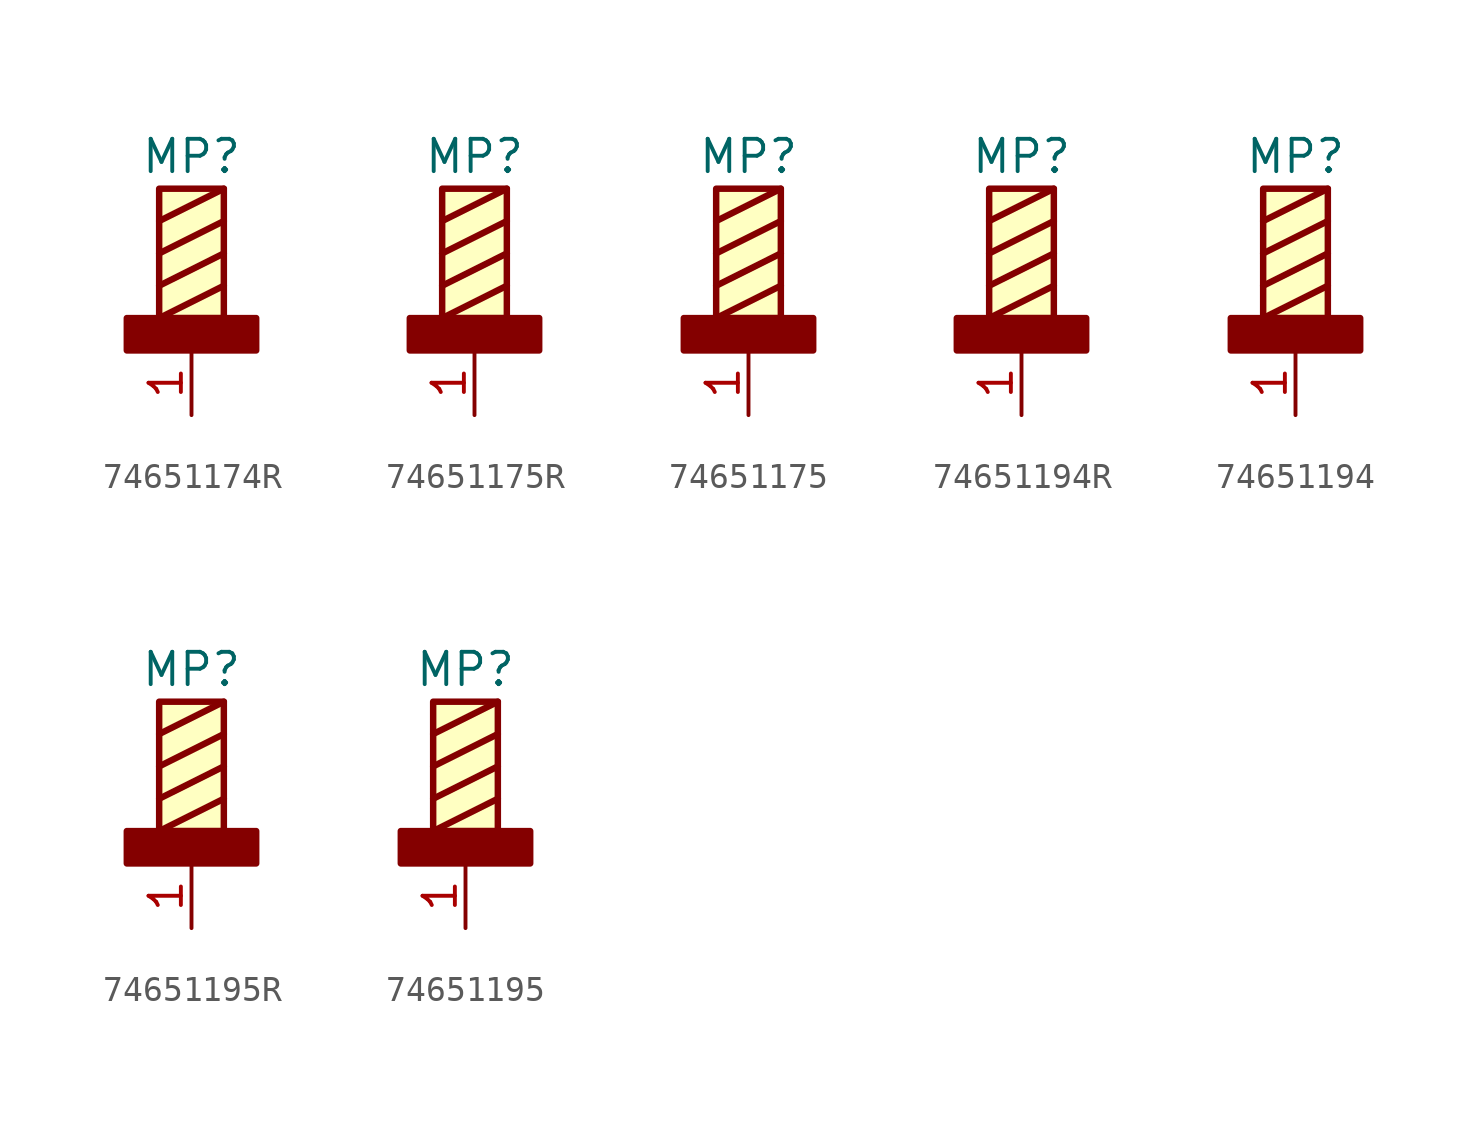
<source format=kicad_sym>
(kicad_symbol_lib
  (version 20220914)
  (generator kicad_symbol_editor)
  (symbol "74651174R"
    (pin_names hide)
    (property "Reference" "MP"
      (at 0 5.08 0)
      (effects (font (size 1.27 1.27))))
    (symbol "74651174R_0_0"
      (rectangle (start -1.27 3.81) (end 1.27 -1.27) (stroke (width 0.254) (type default)) (fill (type background)))
      (polyline (pts (xy -1.27 2.54) (xy 1.27 3.81)) (stroke (width 0.254) (type default)) (fill (type none)))
      (polyline (pts (xy 1.27 0) (xy -1.27 -1.27)) (stroke (width 0.254) (type default)) (fill (type none)))
      (polyline (pts (xy 1.27 1.27) (xy -1.27 0)) (stroke (width 0.254) (type default)) (fill (type none)))
      (polyline (pts (xy 1.27 2.54) (xy -1.27 1.27)) (stroke (width 0.254) (type default)) (fill (type none))))
    (symbol "74651174R_1_0"
      (rectangle (start -2.54 -1.27) (end 2.54 -2.54) (stroke (width 0.254) (type default)) (fill (type outline)))
      (pin passive line (at 0 -5.08 90) (length 2.54) (name "1" (effects (font (size 1.27 1.27)))) (number "1" (effects (font (size 1.27 1.27)))))))
  (symbol "74651175R"
    (pin_names hide)
    (property "Reference" "MP"
      (at 0 5.08 0)
      (effects (font (size 1.27 1.27))))
    (symbol "74651175R_0_0"
      (rectangle (start -1.27 3.81) (end 1.27 -1.27) (stroke (width 0.254) (type default)) (fill (type background)))
      (polyline (pts (xy -1.27 2.54) (xy 1.27 3.81)) (stroke (width 0.254) (type default)) (fill (type none)))
      (polyline (pts (xy 1.27 0) (xy -1.27 -1.27)) (stroke (width 0.254) (type default)) (fill (type none)))
      (polyline (pts (xy 1.27 1.27) (xy -1.27 0)) (stroke (width 0.254) (type default)) (fill (type none)))
      (polyline (pts (xy 1.27 2.54) (xy -1.27 1.27)) (stroke (width 0.254) (type default)) (fill (type none))))
    (symbol "74651175R_1_0"
      (rectangle (start -2.54 -1.27) (end 2.54 -2.54) (stroke (width 0.254) (type default)) (fill (type outline)))
      (pin passive line (at 0 -5.08 90) (length 2.54) (name "1" (effects (font (size 1.27 1.27)))) (number "1" (effects (font (size 1.27 1.27)))))))
  (symbol "74651175"
    (pin_names hide)
    (property "Reference" "MP"
      (at 0 5.08 0)
      (effects (font (size 1.27 1.27))))
    (symbol "74651175_0_0"
      (rectangle (start -1.27 3.81) (end 1.27 -1.27) (stroke (width 0.254) (type default)) (fill (type background)))
      (polyline (pts (xy -1.27 2.54) (xy 1.27 3.81)) (stroke (width 0.254) (type default)) (fill (type none)))
      (polyline (pts (xy 1.27 0) (xy -1.27 -1.27)) (stroke (width 0.254) (type default)) (fill (type none)))
      (polyline (pts (xy 1.27 1.27) (xy -1.27 0)) (stroke (width 0.254) (type default)) (fill (type none)))
      (polyline (pts (xy 1.27 2.54) (xy -1.27 1.27)) (stroke (width 0.254) (type default)) (fill (type none))))
    (symbol "74651175_1_0"
      (rectangle (start -2.54 -1.27) (end 2.54 -2.54) (stroke (width 0.254) (type default)) (fill (type outline)))
      (pin passive line (at 0 -5.08 90) (length 2.54) (name "1" (effects (font (size 1.27 1.27)))) (number "1" (effects (font (size 1.27 1.27)))))))
  (symbol "74651194R"
    (pin_names hide)
    (property "Reference" "MP"
      (at 0 5.08 0)
      (effects (font (size 1.27 1.27))))
    (symbol "74651194R_0_0"
      (rectangle (start -1.27 3.81) (end 1.27 -1.27) (stroke (width 0.254) (type default)) (fill (type background)))
      (polyline (pts (xy -1.27 2.54) (xy 1.27 3.81)) (stroke (width 0.254) (type default)) (fill (type none)))
      (polyline (pts (xy 1.27 0) (xy -1.27 -1.27)) (stroke (width 0.254) (type default)) (fill (type none)))
      (polyline (pts (xy 1.27 1.27) (xy -1.27 0)) (stroke (width 0.254) (type default)) (fill (type none)))
      (polyline (pts (xy 1.27 2.54) (xy -1.27 1.27)) (stroke (width 0.254) (type default)) (fill (type none))))
    (symbol "74651194R_1_0"
      (rectangle (start -2.54 -1.27) (end 2.54 -2.54) (stroke (width 0.254) (type default)) (fill (type outline)))
      (pin passive line (at 0 -5.08 90) (length 2.54) (name "1" (effects (font (size 1.27 1.27)))) (number "1" (effects (font (size 1.27 1.27)))))))
  (symbol "74651194"
    (pin_names hide)
    (property "Reference" "MP"
      (at 0 5.08 0)
      (effects (font (size 1.27 1.27))))
    (symbol "74651194_0_0"
      (rectangle (start -1.27 3.81) (end 1.27 -1.27) (stroke (width 0.254) (type default)) (fill (type background)))
      (polyline (pts (xy -1.27 2.54) (xy 1.27 3.81)) (stroke (width 0.254) (type default)) (fill (type none)))
      (polyline (pts (xy 1.27 0) (xy -1.27 -1.27)) (stroke (width 0.254) (type default)) (fill (type none)))
      (polyline (pts (xy 1.27 1.27) (xy -1.27 0)) (stroke (width 0.254) (type default)) (fill (type none)))
      (polyline (pts (xy 1.27 2.54) (xy -1.27 1.27)) (stroke (width 0.254) (type default)) (fill (type none))))
    (symbol "74651194_1_0"
      (rectangle (start -2.54 -1.27) (end 2.54 -2.54) (stroke (width 0.254) (type default)) (fill (type outline)))
      (pin passive line (at 0 -5.08 90) (length 2.54) (name "1" (effects (font (size 1.27 1.27)))) (number "1" (effects (font (size 1.27 1.27)))))))
  (symbol "74651195R"
    (pin_names hide)
    (property "Reference" "MP"
      (at 0 5.08 0)
      (effects (font (size 1.27 1.27))))
    (symbol "74651195R_0_0"
      (rectangle (start -1.27 3.81) (end 1.27 -1.27) (stroke (width 0.254) (type default)) (fill (type background)))
      (polyline (pts (xy -1.27 2.54) (xy 1.27 3.81)) (stroke (width 0.254) (type default)) (fill (type none)))
      (polyline (pts (xy 1.27 0) (xy -1.27 -1.27)) (stroke (width 0.254) (type default)) (fill (type none)))
      (polyline (pts (xy 1.27 1.27) (xy -1.27 0)) (stroke (width 0.254) (type default)) (fill (type none)))
      (polyline (pts (xy 1.27 2.54) (xy -1.27 1.27)) (stroke (width 0.254) (type default)) (fill (type none))))
    (symbol "74651195R_1_0"
      (rectangle (start -2.54 -1.27) (end 2.54 -2.54) (stroke (width 0.254) (type default)) (fill (type outline)))
      (pin passive line (at 0 -5.08 90) (length 2.54) (name "1" (effects (font (size 1.27 1.27)))) (number "1" (effects (font (size 1.27 1.27)))))))
  (symbol "74651195"
    (pin_names hide)
    (property "Reference" "MP"
      (at 0 5.08 0)
      (effects (font (size 1.27 1.27))))
    (symbol "74651195_0_0"
      (rectangle (start -1.27 3.81) (end 1.27 -1.27) (stroke (width 0.254) (type default)) (fill (type background)))
      (polyline (pts (xy -1.27 2.54) (xy 1.27 3.81)) (stroke (width 0.254) (type default)) (fill (type none)))
      (polyline (pts (xy 1.27 0) (xy -1.27 -1.27)) (stroke (width 0.254) (type default)) (fill (type none)))
      (polyline (pts (xy 1.27 1.27) (xy -1.27 0)) (stroke (width 0.254) (type default)) (fill (type none)))
      (polyline (pts (xy 1.27 2.54) (xy -1.27 1.27)) (stroke (width 0.254) (type default)) (fill (type none))))
    (symbol "74651195_1_0"
      (rectangle (start -2.54 -1.27) (end 2.54 -2.54) (stroke (width 0.254) (type default)) (fill (type outline)))
      (pin passive line (at 0 -5.08 90) (length 2.54) (name "1" (effects (font (size 1.27 1.27)))) (number "1" (effects (font (size 1.27 1.27))))))))
</source>
